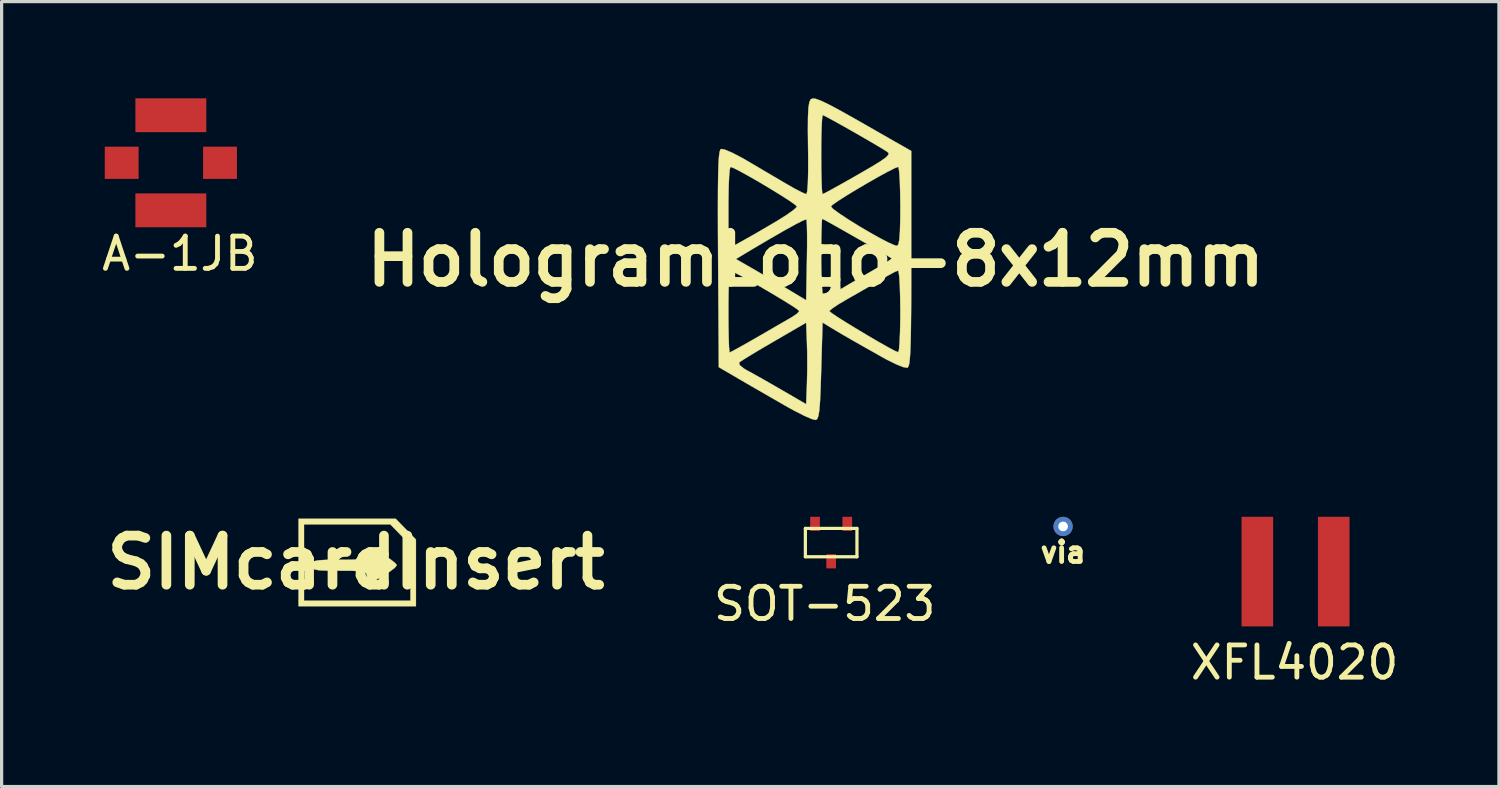
<source format=kicad_pcb>
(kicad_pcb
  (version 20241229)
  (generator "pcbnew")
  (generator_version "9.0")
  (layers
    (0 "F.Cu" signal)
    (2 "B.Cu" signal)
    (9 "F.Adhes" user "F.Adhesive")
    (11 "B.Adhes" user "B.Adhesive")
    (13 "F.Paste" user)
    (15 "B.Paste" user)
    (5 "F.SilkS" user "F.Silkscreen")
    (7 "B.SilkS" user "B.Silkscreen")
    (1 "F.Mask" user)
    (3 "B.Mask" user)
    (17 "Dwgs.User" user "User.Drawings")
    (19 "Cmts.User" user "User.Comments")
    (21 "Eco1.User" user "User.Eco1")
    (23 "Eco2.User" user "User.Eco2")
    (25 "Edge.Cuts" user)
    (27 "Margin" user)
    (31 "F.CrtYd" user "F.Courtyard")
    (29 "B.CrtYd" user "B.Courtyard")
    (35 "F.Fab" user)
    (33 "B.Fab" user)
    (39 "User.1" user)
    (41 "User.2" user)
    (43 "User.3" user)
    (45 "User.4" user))
  (footprint "XFL4020"
    (layer "F.Cu")
    (at 37.14 14.682)
    (property "Reference" "XFL4020" (at -0.03 2.82 0) (layer "F.SilkS") (effects (font (size 1 1) (thickness 0.15))))
    (attr through_hole)
    (pad "1" smd rect (at 1.185 0) (size 0.98 3.4) (layers "F.Cu" "F.Mask" "F.Paste"))
    (pad "2" smd rect (at -1.185 0) (size 0.98 3.4) (layers "F.Cu" "F.Mask" "F.Paste")))
  (footprint "SOT-523"
    (layer "F.Cu")
    (at 22.734 13.782)
    (property "Reference" "SOT-523" (at -0.2 1.9 0) (layer "F.SilkS") (effects (font (size 1 1) (thickness 0.15))))
    (attr through_hole)
    (fp_line (start -0.8 -0.44) (end 0.8 -0.44) (stroke (width 0.1) (type solid)) (layer "F.SilkS"))
    (fp_line (start -0.8 0.44) (end -0.8 -0.44) (stroke (width 0.1) (type solid)) (layer "F.SilkS"))
    (fp_line (start 0.8 -0.44) (end 0.8 0.44) (stroke (width 0.1) (type solid)) (layer "F.SilkS"))
    (fp_line (start 0.8 0.44) (end -0.8 0.44) (stroke (width 0.1) (type solid)) (layer "F.SilkS"))
    (pad "1" smd rect (at -0.5 -0.58) (size 0.3 0.44) (layers "F.Cu" "F.Mask" "F.Paste"))
    (pad "2" smd rect (at 0.5 -0.58) (size 0.3 0.44) (layers "F.Cu" "F.Mask" "F.Paste"))
    (pad "3" smd rect (at 0 0.58) (size 0.3 0.44) (layers "F.Cu" "F.Mask" "F.Paste")))
  (footprint "A-1JB"
    (layer "F.Cu")
    (at 2.25 2)
    (property "Reference" "A-1JB" (at 0.28 2.82 0) (layer "F.SilkS") (effects (font (size 1 1) (thickness 0.15))))
    (attr through_hole)
    (pad "1" smd rect (at 1.525 0) (size 1.05 1) (layers "F.Cu" "F.Mask" "F.Paste"))
    (pad "2" smd rect (at 0 -1.475) (size 2.2 1.05) (layers "F.Cu" "F.Mask" "F.Paste"))
    (pad "3" smd rect (at -1.525 0) (size 1.05 1) (layers "F.Cu" "F.Mask" "F.Paste"))
    (pad "4" smd rect (at 0 1.475) (size 2.2 1.05) (layers "F.Cu" "F.Mask" "F.Paste")))
  (footprint "SIMcardInsert"
    (layer "F.Cu")
    (at 7.99 14.4)
    (property "Reference" "SIMcardInsert" (at 0 0 0) (layer "F.SilkS") (effects (font (size 1.524 1.524) (thickness 0.3))))
    (attr through_hole)
    (fp_poly (pts (xy 1.549 -1.034) (xy 1.863 -0.713) (xy 1.863 1.355) (xy -1.778 1.355) (xy -1.778 -1.185) (xy -1.609 -1.185) (xy -1.609 1.185) (xy 1.693 1.185) (xy 1.693 -0.543) (xy 1.38 -0.864) (xy 1.066 -1.185) (xy -1.609 -1.185) (xy -1.778 -1.185) (xy -1.778 -1.355) (xy 1.236 -1.355) (xy 1.549 -1.034)) (stroke (width 0.01) (type solid)) (fill yes) (layer "F.SilkS"))
    (fp_poly (pts (xy 0.481 -0.433) (xy 0.661 -0.349) (xy 0.878 -0.225) (xy 1.084 -0.09) (xy 1.23 0.026) (xy 1.27 0.085) (xy 1.204 0.167) (xy 1.04 0.29) (xy 0.827 0.425) (xy 0.614 0.543) (xy 0.45 0.612) (xy 0.389 0.615) (xy 0.346 0.496) (xy 0.339 0.409) (xy 0.323 0.338) (xy 0.258 0.293) (xy 0.111 0.267) (xy -0.147 0.256) (xy -0.508 0.254) (xy -0.893 0.252) (xy -1.14 0.241) (xy -1.279 0.215) (xy -1.34 0.168) (xy -1.355 0.094) (xy -1.355 0.085) (xy -1.343 0.008) (xy -1.288 -0.042) (xy -1.158 -0.069) (xy -0.924 -0.082) (xy -0.553 -0.085) (xy -0.508 -0.085) (xy -0.121 -0.087) (xy 0.127 -0.1) (xy 0.266 -0.126) (xy 0.326 -0.174) (xy 0.339 -0.24) (xy 0.363 -0.397) (xy 0.389 -0.446) (xy 0.481 -0.433)) (stroke (width 0.01) (type solid)) (fill yes) (layer "F.SilkS")))
  (footprint "HologramLogo-8x12mm"
    (layer "F.Cu")
    (at 22.255 5.005)
    (property "Reference" "HologramLogo-8x12mm" (at 0 0 0) (layer "F.SilkS") (effects (font (size 1.524 1.524) (thickness 0.3))))
    (attr through_hole)
    (fp_poly (pts (xy 0.003 -4.988) (xy 0.152 -4.934) (xy 0.374 -4.83) (xy 0.684 -4.666) (xy 1.1 -4.435) (xy 1.639 -4.128) (xy 1.82 -4.024) (xy 2.105 -3.861) (xy 2.43 -3.675) (xy 2.561 -3.601) (xy 2.963 -3.372) (xy 2.963 -0.032) (xy 2.963 0.826) (xy 2.96 1.53) (xy 2.954 2.093) (xy 2.946 2.532) (xy 2.934 2.859) (xy 2.918 3.091) (xy 2.898 3.24) (xy 2.872 3.323) (xy 2.844 3.353) (xy 2.721 3.334) (xy 2.494 3.244) (xy 2.202 3.1) (xy 2.061 3.022) (xy 1.721 2.829) (xy 1.4 2.648) (xy 1.154 2.508) (xy 1.101 2.478) (xy 0.817 2.314) (xy 0.528 2.142) (xy 0.508 2.13) (xy 0.212 1.949) (xy 0.169 3.45) (xy 0.152 4.001) (xy 0.133 4.404) (xy 0.11 4.681) (xy 0.081 4.854) (xy 0.044 4.944) (xy 0 4.973) (xy -0.125 4.942) (xy -0.356 4.842) (xy -0.655 4.69) (xy -0.847 4.585) (xy -1.274 4.34) (xy -1.756 4.062) (xy -2.203 3.804) (xy -2.286 3.755) (xy -3.006 3.335) (xy -3.007 3.192) (xy -2.379 3.192) (xy -2.359 3.272) (xy -2.217 3.385) (xy -2.137 3.432) (xy -1.926 3.547) (xy -1.619 3.719) (xy -1.265 3.922) (xy -1.059 4.041) (xy -0.296 4.484) (xy -0.272 3.851) (xy -0.262 3.414) (xy -0.263 2.93) (xy -0.272 2.586) (xy -0.296 1.954) (xy -1.301 2.537) (xy -1.674 2.755) (xy -1.996 2.947) (xy -2.236 3.096) (xy -2.367 3.182) (xy -2.379 3.192) (xy -3.007 3.192) (xy -3.017 1.609) (xy -2.709 1.609) (xy -2.707 2.051) (xy -2.7 2.426) (xy -2.69 2.705) (xy -2.677 2.858) (xy -2.67 2.879) (xy -2.585 2.839) (xy -2.386 2.73) (xy -2.102 2.571) (xy -1.802 2.399) (xy -1.443 2.191) (xy -1.116 2.001) (xy -0.862 1.855) (xy -0.741 1.785) (xy -0.58 1.676) (xy -0.509 1.597) (xy -0.509 1.596) (xy 0.423 1.596) (xy 0.492 1.656) (xy 0.676 1.78) (xy 0.944 1.949) (xy 1.266 2.146) (xy 1.608 2.351) (xy 1.94 2.545) (xy 2.23 2.709) (xy 2.447 2.825) (xy 2.559 2.873) (xy 2.561 2.873) (xy 2.583 2.796) (xy 2.602 2.577) (xy 2.616 2.248) (xy 2.624 1.837) (xy 2.625 1.609) (xy 2.62 1.167) (xy 2.609 0.792) (xy 2.591 0.513) (xy 2.568 0.359) (xy 2.556 0.339) (xy 2.453 0.379) (xy 2.252 0.486) (xy 2.027 0.616) (xy 1.707 0.805) (xy 1.326 1.025) (xy 0.995 1.213) (xy 0.724 1.372) (xy 0.523 1.505) (xy 0.427 1.587) (xy 0.423 1.596) (xy -0.509 1.596) (xy -0.509 1.595) (xy -0.577 1.535) (xy -0.763 1.411) (xy -1.033 1.244) (xy -1.356 1.05) (xy -1.701 0.848) (xy -2.035 0.658) (xy -2.328 0.497) (xy -2.546 0.385) (xy -2.659 0.339) (xy -2.662 0.339) (xy -2.679 0.418) (xy -2.692 0.638) (xy -2.703 0.969) (xy -2.709 1.381) (xy -2.709 1.609) (xy -3.017 1.609) (xy -3.028 -0.02) (xy -2.477 -0.02) (xy -1.852 0.34) (xy -1.486 0.552) (xy -1.105 0.776) (xy -0.786 0.965) (xy -0.762 0.98) (xy -0.296 1.259) (xy -0.273 0.025) (xy -0.272 -0.042) (xy 0.169 -0.042) (xy 0.175 0.414) (xy 0.189 0.787) (xy 0.211 1.05) (xy 0.239 1.177) (xy 0.248 1.185) (xy 0.36 1.145) (xy 0.563 1.039) (xy 0.735 0.94) (xy 1.013 0.775) (xy 1.367 0.568) (xy 1.725 0.362) (xy 1.763 0.34) (xy 2.041 0.176) (xy 2.248 0.047) (xy 2.351 -0.029) (xy 2.356 -0.039) (xy 2.27 -0.093) (xy 2.071 -0.211) (xy 1.792 -0.373) (xy 1.463 -0.562) (xy 1.118 -0.759) (xy 0.787 -0.947) (xy 0.504 -1.107) (xy 0.299 -1.22) (xy 0.204 -1.269) (xy 0.201 -1.27) (xy 0.19 -1.19) (xy 0.181 -0.971) (xy 0.173 -0.642) (xy 0.17 -0.233) (xy 0.169 -0.042) (xy -0.272 -0.042) (xy -0.267 -0.414) (xy -0.267 -0.79) (xy -0.273 -1.071) (xy -0.283 -1.228) (xy -0.289 -1.249) (xy -0.377 -1.223) (xy -0.6 -1.111) (xy -0.947 -0.92) (xy -1.41 -0.654) (xy -1.98 -0.318) (xy -2.233 -0.166) (xy -2.477 -0.02) (xy -3.028 -0.02) (xy -3.028 -0.028) (xy -3.033 -0.898) (xy -3.034 -1.608) (xy -2.709 -1.608) (xy -2.709 -0.337) (xy -2.223 -0.608) (xy -1.892 -0.795) (xy -1.504 -1.021) (xy -1.164 -1.222) (xy -0.893 -1.394) (xy -0.689 -1.54) (xy -0.587 -1.635) (xy -0.582 -1.647) (xy -0.586 -1.651) (xy 0.471 -1.651) (xy 0.541 -1.572) (xy 0.728 -1.434) (xy 0.998 -1.255) (xy 1.319 -1.055) (xy 1.658 -0.855) (xy 1.983 -0.672) (xy 2.259 -0.529) (xy 2.455 -0.443) (xy 2.519 -0.427) (xy 2.563 -0.469) (xy 2.593 -0.611) (xy 2.613 -0.871) (xy 2.623 -1.269) (xy 2.625 -1.651) (xy 2.62 -2.085) (xy 2.609 -2.452) (xy 2.591 -2.721) (xy 2.57 -2.864) (xy 2.56 -2.879) (xy 2.45 -2.838) (xy 2.234 -2.729) (xy 1.944 -2.571) (xy 1.614 -2.383) (xy 1.274 -2.183) (xy 0.958 -1.991) (xy 0.697 -1.825) (xy 0.525 -1.704) (xy 0.471 -1.651) (xy -0.586 -1.651) (xy -0.648 -1.711) (xy -0.829 -1.838) (xy -1.095 -2.008) (xy -1.412 -2.203) (xy -1.749 -2.404) (xy -2.073 -2.59) (xy -2.353 -2.745) (xy -2.556 -2.847) (xy -2.646 -2.878) (xy -2.668 -2.799) (xy -2.687 -2.579) (xy -2.701 -2.248) (xy -2.708 -1.836) (xy -2.709 -1.608) (xy -3.034 -1.608) (xy -3.034 -1.612) (xy -3.032 -2.185) (xy -3.026 -2.63) (xy -3.016 -2.962) (xy -3.001 -3.195) (xy -2.981 -3.342) (xy -2.956 -3.417) (xy -2.938 -3.434) (xy -2.819 -3.413) (xy -2.596 -3.319) (xy -2.307 -3.169) (xy -2.154 -3.082) (xy -1.765 -2.853) (xy -1.348 -2.607) (xy -0.982 -2.392) (xy -0.926 -2.359) (xy -0.65 -2.202) (xy -0.427 -2.086) (xy -0.3 -2.033) (xy -0.291 -2.032) (xy -0.264 -2.113) (xy -0.244 -2.344) (xy -0.234 -2.705) (xy -0.233 -3.178) (xy -0.234 -3.26) (xy 0.169 -3.26) (xy 0.172 -2.826) (xy 0.18 -2.459) (xy 0.191 -2.189) (xy 0.205 -2.047) (xy 0.212 -2.032) (xy 0.297 -2.072) (xy 0.501 -2.181) (xy 0.797 -2.346) (xy 1.158 -2.55) (xy 1.312 -2.638) (xy 1.727 -2.878) (xy 2.01 -3.052) (xy 2.181 -3.173) (xy 2.257 -3.255) (xy 2.257 -3.313) (xy 2.222 -3.345) (xy 2.073 -3.439) (xy 1.829 -3.585) (xy 1.522 -3.763) (xy 1.187 -3.956) (xy 0.857 -4.143) (xy 0.564 -4.306) (xy 0.342 -4.426) (xy 0.225 -4.485) (xy 0.216 -4.487) (xy 0.2 -4.408) (xy 0.186 -4.188) (xy 0.175 -3.859) (xy 0.17 -3.45) (xy 0.169 -3.26) (xy -0.234 -3.26) (xy -0.237 -3.458) (xy -0.243 -4.014) (xy -0.24 -4.422) (xy -0.226 -4.703) (xy -0.199 -4.878) (xy -0.159 -4.967) (xy -0.149 -4.977) (xy -0.092 -5) (xy 0.003 -4.988)) (stroke (width 0.01) (type solid)) (fill yes) (layer "F.SilkS")))
  (footprint "via"
    (layer "F.Cu")
    (at 29.929 13.282)
    (property "Reference" "via" (at 0 0.8 0) (layer "F.SilkS") (effects (font (size 0.635 0.635) (thickness 0.15))))
    (attr through_hole)
    (pad "1" thru_hole circle (at 0 0) (size 0.599 0.599) (drill 0.3) (layers "*.Cu")))
  (gr_rect
    (start -3 -3)
    (end 43.45 21.351)
    (stroke (width 0.1) (type default))
    (fill no)
    (layer "Edge.Cuts")))
</source>
